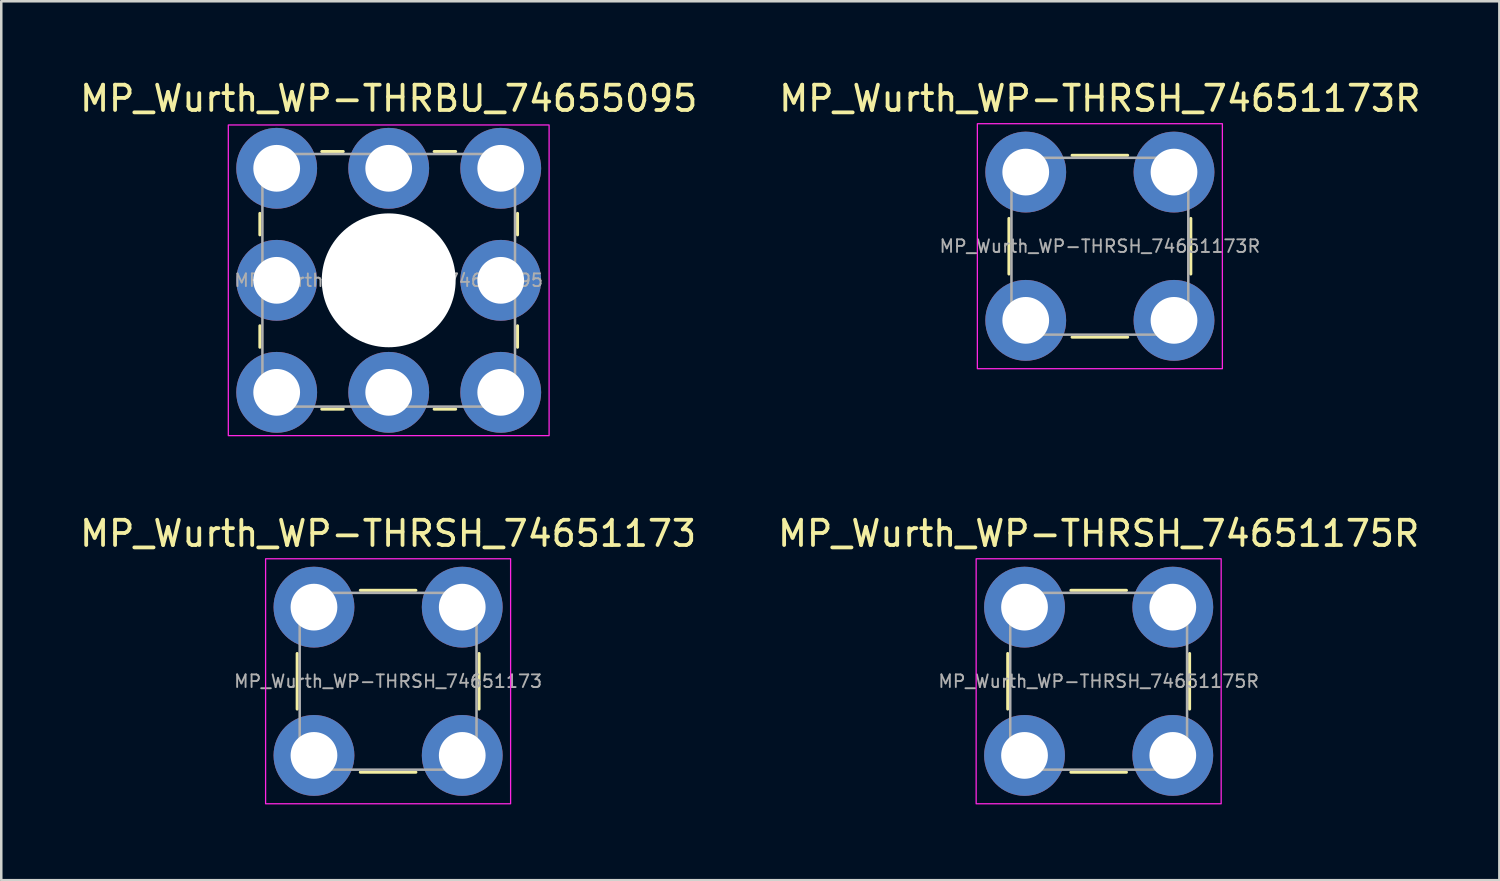
<source format=kicad_pcb>
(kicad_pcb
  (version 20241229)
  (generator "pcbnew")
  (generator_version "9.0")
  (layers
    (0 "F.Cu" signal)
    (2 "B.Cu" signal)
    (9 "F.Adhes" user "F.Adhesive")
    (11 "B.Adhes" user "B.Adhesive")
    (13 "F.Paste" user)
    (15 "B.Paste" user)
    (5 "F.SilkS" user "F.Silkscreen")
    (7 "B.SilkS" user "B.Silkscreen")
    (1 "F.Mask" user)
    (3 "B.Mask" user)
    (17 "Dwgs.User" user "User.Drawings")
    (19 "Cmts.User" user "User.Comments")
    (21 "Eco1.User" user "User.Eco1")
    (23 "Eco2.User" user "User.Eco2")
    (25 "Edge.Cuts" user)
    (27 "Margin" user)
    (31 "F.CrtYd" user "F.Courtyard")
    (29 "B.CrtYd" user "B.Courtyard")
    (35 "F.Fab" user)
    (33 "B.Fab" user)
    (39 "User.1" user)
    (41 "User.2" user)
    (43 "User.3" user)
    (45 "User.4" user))
  (footprint "MP_Wurth_WP-THRSH_74651175R"
    (layer "F.Cu")
    (at 40.446 23.922)
    (property "Reference" "MP_Wurth_WP-THRSH_74651175R" (at 0 -5.85 0) (unlocked yes) (layer "F.SilkS") (effects (font (size 1 1) (thickness 0.15))))
    (attr through_hole)
    (fp_line (start -3.6 1.1) (end -3.6 -1.1) (stroke (width 0.12) (type solid)) (layer "F.SilkS"))
    (fp_line (start -1.1 -3.6) (end 1.1 -3.6) (stroke (width 0.12) (type solid)) (layer "F.SilkS"))
    (fp_line (start 1.1 3.6) (end -1.1 3.6) (stroke (width 0.12) (type solid)) (layer "F.SilkS"))
    (fp_line (start 3.6 -1.1) (end 3.6 1.1) (stroke (width 0.12) (type solid)) (layer "F.SilkS"))
    (fp_circle (center -2.935 -2.935) (end -2.185 -2.935) (stroke (width 1.6) (type solid)) (fill no) (layer "F.Paste"))
    (fp_circle (center -2.935 2.935) (end -2.185 2.935) (stroke (width 1.6) (type solid)) (fill no) (layer "F.Paste"))
    (fp_circle (center 2.935 -2.935) (end 3.685 -2.935) (stroke (width 1.6) (type solid)) (fill no) (layer "F.Paste"))
    (fp_circle (center 2.935 2.935) (end 3.685 2.935) (stroke (width 1.6) (type solid)) (fill no) (layer "F.Paste"))
    (fp_rect (start -4.85 -4.85) (end 4.85 4.85) (stroke (width 0.05) (type solid)) (fill no) (layer "F.CrtYd"))
    (fp_line (start -3.5 -3.5) (end 3.5 -3.5) (stroke (width 0.1) (type solid)) (layer "F.Fab"))
    (fp_line (start -3.5 3.5) (end -3.5 -3.5) (stroke (width 0.1) (type solid)) (layer "F.Fab"))
    (fp_line (start 3.5 -3.5) (end 3.5 3.5) (stroke (width 0.1) (type solid)) (layer "F.Fab"))
    (fp_line (start 3.5 3.5) (end -3.5 3.5) (stroke (width 0.1) (type solid)) (layer "F.Fab"))
    (fp_text user "${REFERENCE}" (at 0 0 0) (unlocked yes) (layer "F.Fab") (effects (font (size 0.5 0.5) (thickness 0.075))))
    (pad "1" thru_hole circle (at -2.935 -2.935) (size 3.2 3.2) (drill 1.85) (layers "*.Cu" "*.Mask"))
    (pad "1" thru_hole circle (at -2.935 2.935) (size 3.2 3.2) (drill 1.85) (layers "*.Cu" "*.Mask"))
    (pad "1" thru_hole circle (at 2.935 -2.935) (size 3.2 3.2) (drill 1.85) (layers "*.Cu" "*.Mask"))
    (pad "1" thru_hole circle (at 2.935 2.935) (size 3.2 3.2) (drill 1.85) (layers "*.Cu" "*.Mask")))
  (footprint "MP_Wurth_WP-THRBU_74655095"
    (layer "F.Cu")
    (at 12.339 8.048)
    (property "Reference" "MP_Wurth_WP-THRBU_74655095" (at 0 -7.2 0) (unlocked yes) (layer "F.SilkS") (effects (font (size 1 1) (thickness 0.15))))
    (attr through_hole)
    (fp_line (start -5.1 -1.8) (end -5.1 -2.65) (stroke (width 0.12) (type solid)) (layer "F.SilkS"))
    (fp_line (start -5.1 2.65) (end -5.1 1.8) (stroke (width 0.12) (type solid)) (layer "F.SilkS"))
    (fp_line (start -2.65 -5.1) (end -1.8 -5.1) (stroke (width 0.12) (type solid)) (layer "F.SilkS"))
    (fp_line (start -1.8 5.1) (end -2.65 5.1) (stroke (width 0.12) (type solid)) (layer "F.SilkS"))
    (fp_line (start 1.8 -5.1) (end 2.65 -5.1) (stroke (width 0.12) (type solid)) (layer "F.SilkS"))
    (fp_line (start 2.65 5.1) (end 1.8 5.1) (stroke (width 0.12) (type solid)) (layer "F.SilkS"))
    (fp_line (start 5.1 -2.65) (end 5.1 -1.8) (stroke (width 0.12) (type solid)) (layer "F.SilkS"))
    (fp_line (start 5.1 1.8) (end 5.1 2.65) (stroke (width 0.12) (type solid)) (layer "F.SilkS"))
    (fp_circle (center -4.435 -4.435) (end -3.685 -4.435) (stroke (width 1.6) (type solid)) (fill no) (layer "F.Paste"))
    (fp_circle (center -4.435 0) (end -3.685 0) (stroke (width 1.6) (type solid)) (fill no) (layer "F.Paste"))
    (fp_circle (center -4.435 4.435) (end -3.685 4.435) (stroke (width 1.6) (type solid)) (fill no) (layer "F.Paste"))
    (fp_circle (center 0 -4.435) (end 0.75 -4.435) (stroke (width 1.6) (type solid)) (fill no) (layer "F.Paste"))
    (fp_circle (center 0 4.435) (end 0.75 4.435) (stroke (width 1.6) (type solid)) (fill no) (layer "F.Paste"))
    (fp_circle (center 4.435 -4.435) (end 5.185 -4.435) (stroke (width 1.6) (type solid)) (fill no) (layer "F.Paste"))
    (fp_circle (center 4.435 0) (end 5.185 0) (stroke (width 1.6) (type solid)) (fill no) (layer "F.Paste"))
    (fp_circle (center 4.435 4.435) (end 5.185 4.435) (stroke (width 1.6) (type solid)) (fill no) (layer "F.Paste"))
    (fp_rect (start -6.35 -6.15) (end 6.35 6.15) (stroke (width 0.05) (type solid)) (fill no) (layer "F.CrtYd"))
    (fp_line (start -5 -5) (end 5 -5) (stroke (width 0.1) (type solid)) (layer "F.Fab"))
    (fp_line (start -5 5) (end -5 -5) (stroke (width 0.1) (type solid)) (layer "F.Fab"))
    (fp_line (start 5 -5) (end 5 5) (stroke (width 0.1) (type solid)) (layer "F.Fab"))
    (fp_line (start 5 5) (end -5 5) (stroke (width 0.1) (type solid)) (layer "F.Fab"))
    (fp_text user "${REFERENCE}" (at 0 0 0) (unlocked yes) (layer "F.Fab") (effects (font (size 0.5 0.5) (thickness 0.075))))
    (pad "" np_thru_hole circle (at 0 0) (size 5.3 5.3) (drill 5.3) (layers "*.Cu" "*.Mask"))
    (pad "1" thru_hole circle (at -4.435 -4.435) (size 3.2 3.2) (drill 1.85) (layers "*.Cu" "*.Mask"))
    (pad "1" thru_hole circle (at -4.435 0) (size 3.2 3.2) (drill 1.85) (layers "*.Cu" "*.Mask"))
    (pad "1" thru_hole circle (at -4.435 4.435) (size 3.2 3.2) (drill 1.85) (layers "*.Cu" "*.Mask"))
    (pad "1" thru_hole circle (at 0 -4.435) (size 3.2 3.2) (drill 1.85) (layers "*.Cu" "*.Mask"))
    (pad "1" thru_hole circle (at 0 4.435) (size 3.2 3.2) (drill 1.85) (layers "*.Cu" "*.Mask"))
    (pad "1" thru_hole circle (at 4.435 -4.435) (size 3.2 3.2) (drill 1.85) (layers "*.Cu" "*.Mask"))
    (pad "1" thru_hole circle (at 4.435 0) (size 3.2 3.2) (drill 1.85) (layers "*.Cu" "*.Mask"))
    (pad "1" thru_hole circle (at 4.435 4.435) (size 3.2 3.2) (drill 1.85) (layers "*.Cu" "*.Mask")))
  (footprint "MP_Wurth_WP-THRSH_74651173R"
    (layer "F.Cu")
    (at 40.494 6.698)
    (property "Reference" "MP_Wurth_WP-THRSH_74651173R" (at 0 -5.85 0) (unlocked yes) (layer "F.SilkS") (effects (font (size 1 1) (thickness 0.15))))
    (attr through_hole)
    (fp_line (start -3.6 1.1) (end -3.6 -1.1) (stroke (width 0.12) (type solid)) (layer "F.SilkS"))
    (fp_line (start -1.1 -3.6) (end 1.1 -3.6) (stroke (width 0.12) (type solid)) (layer "F.SilkS"))
    (fp_line (start 1.1 3.6) (end -1.1 3.6) (stroke (width 0.12) (type solid)) (layer "F.SilkS"))
    (fp_line (start 3.6 -1.1) (end 3.6 1.1) (stroke (width 0.12) (type solid)) (layer "F.SilkS"))
    (fp_circle (center -2.935 -2.935) (end -2.185 -2.935) (stroke (width 1.6) (type solid)) (fill no) (layer "F.Paste"))
    (fp_circle (center -2.935 2.935) (end -2.185 2.935) (stroke (width 1.6) (type solid)) (fill no) (layer "F.Paste"))
    (fp_circle (center 2.935 -2.935) (end 3.685 -2.935) (stroke (width 1.6) (type solid)) (fill no) (layer "F.Paste"))
    (fp_circle (center 2.935 2.935) (end 3.685 2.935) (stroke (width 1.6) (type solid)) (fill no) (layer "F.Paste"))
    (fp_rect (start -4.85 -4.85) (end 4.85 4.85) (stroke (width 0.05) (type solid)) (fill no) (layer "F.CrtYd"))
    (fp_rect (start -3.5 -3.5) (end 3.5 3.5) (stroke (width 0.1) (type solid)) (fill no) (layer "F.Fab"))
    (fp_text user "${REFERENCE}" (at 0 0 0) (unlocked yes) (layer "F.Fab") (effects (font (size 0.5 0.5) (thickness 0.075))))
    (pad "1" thru_hole circle (at -2.935 -2.935) (size 3.2 3.2) (drill 1.85) (layers "*.Cu" "*.Mask"))
    (pad "1" thru_hole circle (at -2.935 2.935) (size 3.2 3.2) (drill 1.85) (layers "*.Cu" "*.Mask"))
    (pad "1" thru_hole circle (at 2.935 -2.935) (size 3.2 3.2) (drill 1.85) (layers "*.Cu" "*.Mask"))
    (pad "1" thru_hole circle (at 2.935 2.935) (size 3.2 3.2) (drill 1.85) (layers "*.Cu" "*.Mask")))
  (footprint "MP_Wurth_WP-THRSH_74651173"
    (layer "F.Cu")
    (at 12.315 23.922)
    (property "Reference" "MP_Wurth_WP-THRSH_74651173" (at 0 -5.85 0) (unlocked yes) (layer "F.SilkS") (effects (font (size 1 1) (thickness 0.15))))
    (attr through_hole)
    (fp_line (start -3.6 1.1) (end -3.6 -1.1) (stroke (width 0.12) (type solid)) (layer "F.SilkS"))
    (fp_line (start -1.1 -3.6) (end 1.1 -3.6) (stroke (width 0.12) (type solid)) (layer "F.SilkS"))
    (fp_line (start 1.1 3.6) (end -1.1 3.6) (stroke (width 0.12) (type solid)) (layer "F.SilkS"))
    (fp_line (start 3.6 -1.1) (end 3.6 1.1) (stroke (width 0.12) (type solid)) (layer "F.SilkS"))
    (fp_circle (center -2.935 -2.935) (end -2.185 -2.935) (stroke (width 1.6) (type solid)) (fill no) (layer "F.Paste"))
    (fp_circle (center -2.935 2.935) (end -2.185 2.935) (stroke (width 1.6) (type solid)) (fill no) (layer "F.Paste"))
    (fp_circle (center 2.935 -2.935) (end 3.685 -2.935) (stroke (width 1.6) (type solid)) (fill no) (layer "F.Paste"))
    (fp_circle (center 2.935 2.935) (end 3.685 2.935) (stroke (width 1.6) (type solid)) (fill no) (layer "F.Paste"))
    (fp_rect (start -4.85 -4.85) (end 4.85 4.85) (stroke (width 0.05) (type solid)) (fill no) (layer "F.CrtYd"))
    (fp_rect (start -3.5 -3.5) (end 3.5 3.5) (stroke (width 0.1) (type solid)) (fill no) (layer "F.Fab"))
    (fp_text user "${REFERENCE}" (at 0 0 0) (unlocked yes) (layer "F.Fab") (effects (font (size 0.5 0.5) (thickness 0.075))))
    (pad "1" thru_hole circle (at -2.935 -2.935) (size 3.2 3.2) (drill 1.85) (layers "*.Cu" "*.Mask"))
    (pad "1" thru_hole circle (at -2.935 2.935) (size 3.2 3.2) (drill 1.85) (layers "*.Cu" "*.Mask"))
    (pad "1" thru_hole circle (at 2.935 -2.935) (size 3.2 3.2) (drill 1.85) (layers "*.Cu" "*.Mask"))
    (pad "1" thru_hole circle (at 2.935 2.935) (size 3.2 3.2) (drill 1.85) (layers "*.Cu" "*.Mask")))
  (gr_rect
    (start -3 -3)
    (end 56.31 31.797)
    (stroke (width 0.1) (type default))
    (fill no)
    (layer "Edge.Cuts")))
</source>
